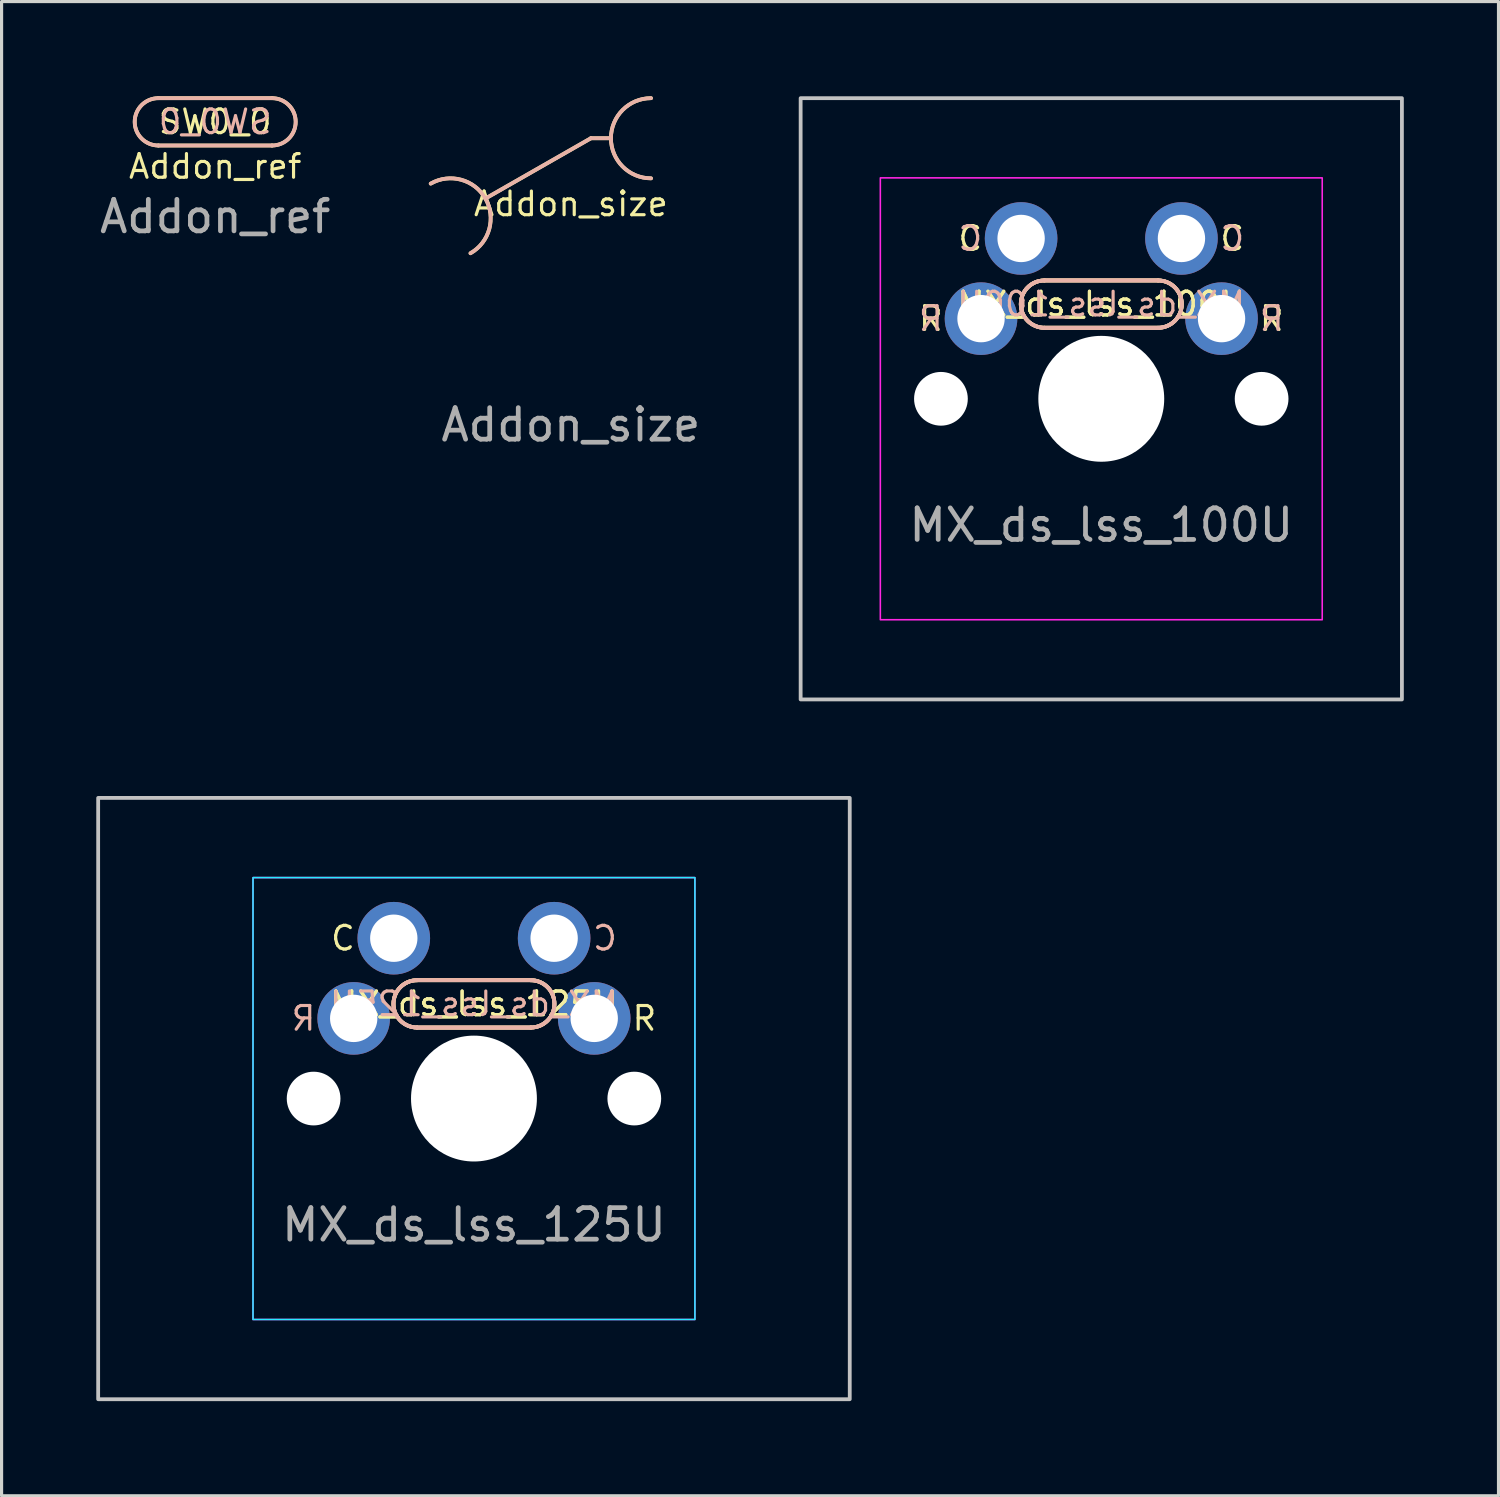
<source format=kicad_pcb>
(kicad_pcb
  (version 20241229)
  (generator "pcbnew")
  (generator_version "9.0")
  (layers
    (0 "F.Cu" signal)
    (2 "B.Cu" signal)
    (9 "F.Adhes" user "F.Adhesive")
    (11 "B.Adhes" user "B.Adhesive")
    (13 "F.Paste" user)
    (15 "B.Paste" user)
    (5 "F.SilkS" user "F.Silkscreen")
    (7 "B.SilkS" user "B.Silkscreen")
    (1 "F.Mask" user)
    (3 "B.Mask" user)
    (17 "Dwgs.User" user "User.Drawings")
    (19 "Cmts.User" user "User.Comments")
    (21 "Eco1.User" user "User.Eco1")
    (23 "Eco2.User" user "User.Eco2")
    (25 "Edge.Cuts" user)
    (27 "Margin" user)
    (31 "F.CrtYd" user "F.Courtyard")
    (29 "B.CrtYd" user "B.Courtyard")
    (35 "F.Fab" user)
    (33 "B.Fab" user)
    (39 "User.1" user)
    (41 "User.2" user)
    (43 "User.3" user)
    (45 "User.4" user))
  (footprint "Addon_size"
    (layer "F.Cu")
    (at 15.036 6.41)
    (property "Reference" "Addon_size" (at 0 -3 0) (unlocked yes) (layer "F.SilkS") (effects (font (size 0.75 0.75) (thickness 0.1))))
    (attr through_hole)
    (fp_line (start -2.707 -3.17) (end 0.635 -5.08) (stroke (width 0.12) (type solid)) (layer "F.SilkS"))
    (fp_line (start 0.635 -5.08) (end 1.27 -5.08) (stroke (width 0.12) (type solid)) (layer "F.SilkS"))
    (fp_arc (start -4.440097 -3.64267) (mid -2.70733 -3.170097) (end -3.179903 -1.43733) (stroke (width 0.12) (type solid)) (layer "F.SilkS"))
    (fp_arc (start 2.54 -3.81) (mid 1.27 -5.08) (end 2.54 -6.35) (stroke (width 0.12) (type solid)) (layer "F.SilkS"))
    (fp_line (start -2.707 -3.17) (end 0.635 -5.08) (stroke (width 0.12) (type solid)) (layer "B.SilkS"))
    (fp_line (start 0.635 -5.08) (end 1.27 -5.08) (stroke (width 0.12) (type solid)) (layer "B.SilkS"))
    (fp_arc (start -4.440097 -3.64267) (mid -2.70733 -3.170097) (end -3.179903 -1.43733) (stroke (width 0.12) (type solid)) (layer "B.SilkS"))
    (fp_arc (start 2.54 -3.81) (mid 1.27 -5.08) (end 2.54 -6.35) (stroke (width 0.12) (type solid)) (layer "B.SilkS"))
    (fp_text user "${REFERENCE}" (at 0 4 0) (unlocked yes) (layer "F.Fab") (effects (font (size 1 1) (thickness 0.15)))))
  (footprint "MX_ds_lss_100U"
    (layer "F.Cu")
    (at 31.841 9.585)
    (property "Reference" "MX_ds_lss_100U" (at 0 -3 0) (unlocked yes) (layer "F.SilkS") (effects (font (size 0.75 0.75) (thickness 0.1))))
    (attr through_hole)
    (fp_line (start -1.8 -3.75) (end 1.8 -3.75) (stroke (width 0.12) (type solid)) (layer "F.SilkS"))
    (fp_line (start -1.8 -3.75) (end 1.8 -3.75) (stroke (width 0.12) (type solid)) (layer "F.SilkS"))
    (fp_line (start 1.8 -2.25) (end -1.8 -2.25) (stroke (width 0.12) (type solid)) (layer "F.SilkS"))
    (fp_line (start 1.8 -2.25) (end -1.8 -2.25) (stroke (width 0.12) (type solid)) (layer "F.SilkS"))
    (fp_arc (start -1.8 -2.25) (mid -2.55 -3) (end -1.8 -3.75) (stroke (width 0.12) (type solid)) (layer "F.SilkS"))
    (fp_arc (start -1.8 -2.25) (mid -2.55 -3) (end -1.8 -3.75) (stroke (width 0.12) (type solid)) (layer "F.SilkS"))
    (fp_arc (start 1.8 -3.75) (mid 2.55 -3) (end 1.8 -2.25) (stroke (width 0.12) (type solid)) (layer "F.SilkS"))
    (fp_arc (start 1.8 -3.75) (mid 2.55 -3) (end 1.8 -2.25) (stroke (width 0.12) (type solid)) (layer "F.SilkS"))
    (fp_line (start -1.8 -2.25) (end 1.8 -2.25) (stroke (width 0.12) (type solid)) (layer "B.SilkS"))
    (fp_line (start -1.8 -2.25) (end 1.8 -2.25) (stroke (width 0.12) (type solid)) (layer "B.SilkS"))
    (fp_line (start 1.8 -3.75) (end -1.8 -3.75) (stroke (width 0.12) (type solid)) (layer "B.SilkS"))
    (fp_line (start 1.8 -3.75) (end -1.8 -3.75) (stroke (width 0.12) (type solid)) (layer "B.SilkS"))
    (fp_arc (start -1.8 -2.25) (mid -2.55 -3) (end -1.8 -3.75) (stroke (width 0.12) (type solid)) (layer "B.SilkS"))
    (fp_arc (start -1.8 -2.25) (mid -2.55 -3) (end -1.8 -3.75) (stroke (width 0.12) (type solid)) (layer "B.SilkS"))
    (fp_arc (start 1.8 -3.75) (mid 2.55 -3) (end 1.8 -2.25) (stroke (width 0.12) (type solid)) (layer "B.SilkS"))
    (fp_arc (start 1.8 -3.75) (mid 2.55 -3) (end 1.8 -2.25) (stroke (width 0.12) (type solid)) (layer "B.SilkS"))
    (fp_rect (start -9.525 -9.525) (end 9.525 9.525) (stroke (width 0.12) (type solid)) (fill no) (layer "Dwgs.User"))
    (fp_rect (start -7 -7) (end 7 7) (stroke (width 0.05) (type solid)) (fill no) (layer "F.CrtYd"))
    (fp_text user "C" (at 4.15 -5.08 0) (unlocked yes) (layer "F.SilkS") (effects (font (size 0.75 0.75) (thickness 0.1))))
    (fp_text user "R" (at -5.4 -2.54 0) (unlocked yes) (layer "F.SilkS") (effects (font (size 0.75 0.75) (thickness 0.1))))
    (fp_text user "C" (at -4.15 -5.08 0) (unlocked yes) (layer "F.SilkS") (effects (font (size 0.75 0.75) (thickness 0.1))))
    (fp_text user "R" (at 5.4 -2.54 0) (unlocked yes) (layer "F.SilkS") (effects (font (size 0.75 0.75) (thickness 0.1))))
    (fp_text user "${REFERENCE}" (at 0 -3 0) (unlocked yes) (layer "F.SilkS") (effects (font (size 0.75 0.75) (thickness 0.1))))
    (fp_text user "${REFERENCE}" (at 0 -3 0) (unlocked yes) (layer "B.SilkS") (effects (font (size 0.75 0.75) (thickness 0.1)) (justify mirror)))
    (fp_text user "C" (at 4.15 -5.08 0) (unlocked yes) (layer "B.SilkS") (effects (font (size 0.75 0.75) (thickness 0.1)) (justify mirror)))
    (fp_text user "R" (at -5.4 -2.54 0) (unlocked yes) (layer "B.SilkS") (effects (font (size 0.75 0.75) (thickness 0.1)) (justify mirror)))
    (fp_text user "C" (at -4.15 -5.08 0) (unlocked yes) (layer "B.SilkS") (effects (font (size 0.75 0.75) (thickness 0.1)) (justify mirror)))
    (fp_text user "R" (at 5.4 -2.54 0) (unlocked yes) (layer "B.SilkS") (effects (font (size 0.75 0.75) (thickness 0.1)) (justify mirror)))
    (fp_text user "${REFERENCE}" (at 0 4 0) (unlocked yes) (layer "F.Fab") (effects (font (size 1 1) (thickness 0.15))))
    (pad "" np_thru_hole circle (at -5.08 0) (size 1.702 1.702) (drill 1.702) (layers "*.Cu" "*.Mask"))
    (pad "" np_thru_hole circle (at 0 0) (size 3.988 3.988) (drill 3.988) (layers "*.Cu" "*.Mask"))
    (pad "" np_thru_hole circle (at 5.08 0) (size 1.702 1.702) (drill 1.702) (layers "*.Cu" "*.Mask"))
    (pad "1" thru_hole circle (at -2.54 -5.08) (size 2.3 2.3) (drill 1.5) (layers "*.Cu" "*.Mask"))
    (pad "1" thru_hole circle (at 2.54 -5.08) (size 2.3 2.3) (drill 1.5) (layers "*.Cu" "*.Mask"))
    (pad "2" thru_hole circle (at -3.81 -2.54) (size 2.3 2.3) (drill 1.5) (layers "*.Cu" "*.Mask"))
    (pad "2" thru_hole circle (at 3.81 -2.54) (size 2.3 2.3) (drill 1.5) (layers "*.Cu" "*.Mask")))
  (footprint "MX_ds_lss_125U"
    (layer "F.Cu")
    (at 11.966 31.755)
    (property "Reference" "MX_ds_lss_125U" (at 0 -3 0) (unlocked yes) (layer "F.SilkS") (effects (font (size 0.75 0.75) (thickness 0.1))))
    (attr through_hole)
    (fp_line (start -1.8 -3.75) (end 1.8 -3.75) (stroke (width 0.12) (type solid)) (layer "F.SilkS"))
    (fp_line (start -1.8 -3.75) (end 1.8 -3.75) (stroke (width 0.12) (type solid)) (layer "F.SilkS"))
    (fp_line (start 1.8 -2.25) (end -1.8 -2.25) (stroke (width 0.12) (type solid)) (layer "F.SilkS"))
    (fp_line (start 1.8 -2.25) (end -1.8 -2.25) (stroke (width 0.12) (type solid)) (layer "F.SilkS"))
    (fp_arc (start -1.8 -2.25) (mid -2.55 -3) (end -1.8 -3.75) (stroke (width 0.12) (type solid)) (layer "F.SilkS"))
    (fp_arc (start -1.8 -2.25) (mid -2.55 -3) (end -1.8 -3.75) (stroke (width 0.12) (type solid)) (layer "F.SilkS"))
    (fp_arc (start 1.8 -3.75) (mid 2.55 -3) (end 1.8 -2.25) (stroke (width 0.12) (type solid)) (layer "F.SilkS"))
    (fp_arc (start 1.8 -3.75) (mid 2.55 -3) (end 1.8 -2.25) (stroke (width 0.12) (type solid)) (layer "F.SilkS"))
    (fp_line (start -1.8 -2.25) (end 1.8 -2.25) (stroke (width 0.12) (type solid)) (layer "B.SilkS"))
    (fp_line (start -1.8 -2.25) (end 1.8 -2.25) (stroke (width 0.12) (type solid)) (layer "B.SilkS"))
    (fp_line (start 1.8 -3.75) (end -1.8 -3.75) (stroke (width 0.12) (type solid)) (layer "B.SilkS"))
    (fp_line (start 1.8 -3.75) (end -1.8 -3.75) (stroke (width 0.12) (type solid)) (layer "B.SilkS"))
    (fp_arc (start -1.8 -2.25) (mid -2.55 -3) (end -1.8 -3.75) (stroke (width 0.12) (type solid)) (layer "B.SilkS"))
    (fp_arc (start -1.8 -2.25) (mid -2.55 -3) (end -1.8 -3.75) (stroke (width 0.12) (type solid)) (layer "B.SilkS"))
    (fp_arc (start 1.8 -3.75) (mid 2.55 -3) (end 1.8 -2.25) (stroke (width 0.12) (type solid)) (layer "B.SilkS"))
    (fp_arc (start 1.8 -3.75) (mid 2.55 -3) (end 1.8 -2.25) (stroke (width 0.12) (type solid)) (layer "B.SilkS"))
    (fp_rect (start -11.906 -9.525) (end 11.906 9.525) (stroke (width 0.12) (type solid)) (fill no) (layer "Dwgs.User"))
    (fp_rect (start -7 -7) (end 7 7) (stroke (width 0.05) (type solid)) (fill no) (layer "B.CrtYd"))
    (fp_rect (start -7 -7) (end 7 7) (stroke (width 0.05) (type solid)) (fill no) (layer "F.CrtYd"))
    (fp_text user "R" (at 5.4 -2.54 0) (unlocked yes) (layer "F.SilkS") (effects (font (size 0.75 0.75) (thickness 0.1))))
    (fp_text user "C" (at -4.15 -5.08 0) (unlocked yes) (layer "F.SilkS") (effects (font (size 0.75 0.75) (thickness 0.1))))
    (fp_text user "${REFERENCE}" (at 0 -3 0) (unlocked yes) (layer "F.SilkS") (effects (font (size 0.75 0.75) (thickness 0.1))))
    (fp_text user "R" (at -5.4 -2.54 0) (unlocked yes) (layer "B.SilkS") (effects (font (size 0.75 0.75) (thickness 0.1)) (justify mirror)))
    (fp_text user "${REFERENCE}" (at 0 -3 0) (unlocked yes) (layer "B.SilkS") (effects (font (size 0.75 0.75) (thickness 0.1)) (justify mirror)))
    (fp_text user "C" (at 4.15 -5.08 0) (unlocked yes) (layer "B.SilkS") (effects (font (size 0.75 0.75) (thickness 0.1)) (justify mirror)))
    (fp_text user "${REFERENCE}" (at 0 4 0) (unlocked yes) (layer "F.Fab") (effects (font (size 1 1) (thickness 0.15))))
    (pad "" np_thru_hole circle (at -5.08 0) (size 1.702 1.702) (drill 1.702) (layers "*.Cu" "*.Mask"))
    (pad "" np_thru_hole circle (at 0 0) (size 3.988 3.988) (drill 3.988) (layers "*.Cu" "*.Mask"))
    (pad "" np_thru_hole circle (at 5.08 0) (size 1.702 1.702) (drill 1.702) (layers "*.Cu" "*.Mask"))
    (pad "1" thru_hole circle (at -2.54 -5.08) (size 2.3 2.3) (drill 1.5) (layers "*.Cu" "*.Mask"))
    (pad "1" thru_hole circle (at 2.54 -5.08) (size 2.3 2.3) (drill 1.5) (layers "*.Cu" "*.Mask"))
    (pad "2" thru_hole circle (at -3.81 -2.54) (size 2.3 2.3) (drill 1.5) (layers "*.Cu" "*.Mask"))
    (pad "2" thru_hole circle (at 3.81 -2.54) (size 2.3 2.3) (drill 1.5) (layers "*.Cu" "*.Mask")))
  (footprint "Addon_ref"
    (layer "F.Cu")
    (at 3.768 3.81)
    (property "Reference" "Addon_ref" (at 0 -1.587 0) (unlocked yes) (layer "F.SilkS") (effects (font (size 0.75 0.75) (thickness 0.1))))
    (attr through_hole)
    (fp_line (start -1.8 -3.75) (end 1.8 -3.75) (stroke (width 0.12) (type solid)) (layer "F.SilkS"))
    (fp_line (start 1.8 -2.25) (end -1.8 -2.25) (stroke (width 0.12) (type solid)) (layer "F.SilkS"))
    (fp_arc (start -1.8 -2.25) (mid -2.55 -3) (end -1.8 -3.75) (stroke (width 0.12) (type solid)) (layer "F.SilkS"))
    (fp_arc (start 1.8 -3.75) (mid 2.55 -3) (end 1.8 -2.25) (stroke (width 0.12) (type solid)) (layer "F.SilkS"))
    (fp_line (start -1.8 -2.25) (end 1.8 -2.25) (stroke (width 0.12) (type solid)) (layer "B.SilkS"))
    (fp_line (start 1.8 -3.75) (end -1.8 -3.75) (stroke (width 0.12) (type solid)) (layer "B.SilkS"))
    (fp_arc (start -1.8 -2.25) (mid -2.55 -3) (end -1.8 -3.75) (stroke (width 0.12) (type solid)) (layer "B.SilkS"))
    (fp_arc (start 1.8 -3.75) (mid 2.55 -3) (end 1.8 -2.25) (stroke (width 0.12) (type solid)) (layer "B.SilkS"))
    (fp_text user "SW0_0" (at 0 -3 0) (unlocked yes) (layer "F.SilkS") (effects (font (size 0.75 0.75) (thickness 0.1))))
    (fp_text user "SW0_0" (at 0 -3 0) (unlocked yes) (layer "B.SilkS") (effects (font (size 0.75 0.75) (thickness 0.1)) (justify mirror)))
    (fp_text user "${REFERENCE}" (at 0 0 0) (unlocked yes) (layer "F.Fab") (effects (font (size 1 1) (thickness 0.15)))))
  (gr_rect
    (start -3 -3)
    (end 44.426 44.34)
    (stroke (width 0.1) (type default))
    (fill no)
    (layer "Edge.Cuts")))
</source>
